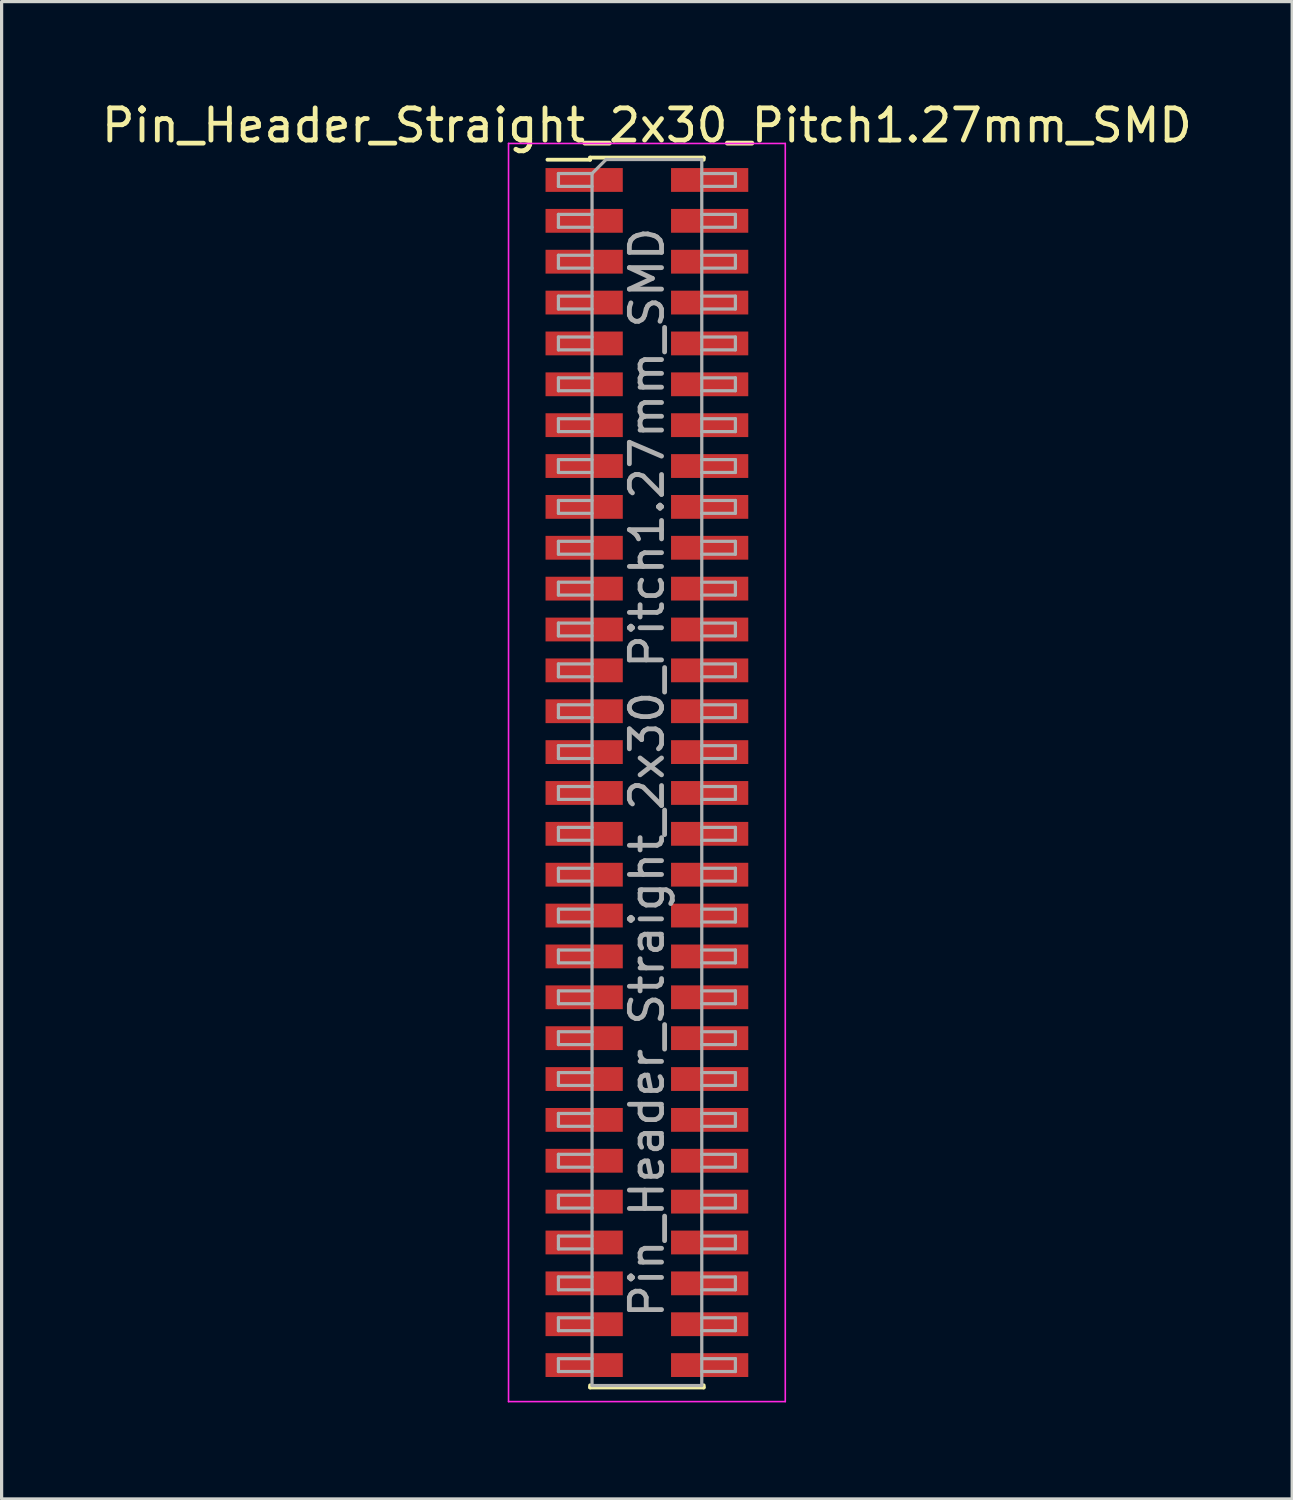
<source format=kicad_pcb>
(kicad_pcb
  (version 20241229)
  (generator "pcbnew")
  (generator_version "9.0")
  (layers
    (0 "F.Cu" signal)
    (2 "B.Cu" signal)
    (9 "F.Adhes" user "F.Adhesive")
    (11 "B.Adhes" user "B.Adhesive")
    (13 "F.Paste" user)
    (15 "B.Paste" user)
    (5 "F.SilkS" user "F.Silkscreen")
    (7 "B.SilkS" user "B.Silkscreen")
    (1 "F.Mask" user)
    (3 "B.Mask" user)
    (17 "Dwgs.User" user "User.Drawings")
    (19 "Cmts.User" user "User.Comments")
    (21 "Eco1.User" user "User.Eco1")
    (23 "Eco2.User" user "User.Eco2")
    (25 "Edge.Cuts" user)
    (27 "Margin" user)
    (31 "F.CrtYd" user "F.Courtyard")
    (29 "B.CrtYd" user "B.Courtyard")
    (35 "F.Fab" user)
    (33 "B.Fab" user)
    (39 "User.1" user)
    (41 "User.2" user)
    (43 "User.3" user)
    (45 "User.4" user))
  (footprint "Pin_Header_Straight_2x30_Pitch1.27mm_SMD"
    (layer "F.Cu")
    (at 17.054 20.958)
    (property "Reference" "Pin_Header_Straight_2x30_Pitch1.27mm_SMD" (at 0 -20.11 0) (layer "F.SilkS") (effects (font (size 1 1) (thickness 0.15))))
    (attr smd)
    (fp_line (start -3.09 -19.045) (end -1.765 -19.045) (stroke (width 0.12) (type solid)) (layer "F.SilkS"))
    (fp_line (start -1.765 -19.11) (end -1.765 -19.045) (stroke (width 0.12) (type solid)) (layer "F.SilkS"))
    (fp_line (start -1.765 -19.11) (end 1.765 -19.11) (stroke (width 0.12) (type solid)) (layer "F.SilkS"))
    (fp_line (start -1.765 19.045) (end -1.765 19.11) (stroke (width 0.12) (type solid)) (layer "F.SilkS"))
    (fp_line (start -1.765 19.11) (end 1.765 19.11) (stroke (width 0.12) (type solid)) (layer "F.SilkS"))
    (fp_line (start 1.765 -19.11) (end 1.765 -19.045) (stroke (width 0.12) (type solid)) (layer "F.SilkS"))
    (fp_line (start 1.765 19.045) (end 1.765 19.11) (stroke (width 0.12) (type solid)) (layer "F.SilkS"))
    (fp_line (start -4.3 -19.55) (end -4.3 19.55) (stroke (width 0.05) (type solid)) (layer "F.CrtYd"))
    (fp_line (start -4.3 19.55) (end 4.3 19.55) (stroke (width 0.05) (type solid)) (layer "F.CrtYd"))
    (fp_line (start 4.3 -19.55) (end -4.3 -19.55) (stroke (width 0.05) (type solid)) (layer "F.CrtYd"))
    (fp_line (start 4.3 19.55) (end 4.3 -19.55) (stroke (width 0.05) (type solid)) (layer "F.CrtYd"))
    (fp_line (start -2.75 -18.615) (end -2.75 -18.215) (stroke (width 0.1) (type solid)) (layer "F.Fab"))
    (fp_line (start -2.75 -18.215) (end -1.705 -18.215) (stroke (width 0.1) (type solid)) (layer "F.Fab"))
    (fp_line (start -2.75 -17.345) (end -2.75 -16.945) (stroke (width 0.1) (type solid)) (layer "F.Fab"))
    (fp_line (start -2.75 -16.945) (end -1.705 -16.945) (stroke (width 0.1) (type solid)) (layer "F.Fab"))
    (fp_line (start -2.75 -16.075) (end -2.75 -15.675) (stroke (width 0.1) (type solid)) (layer "F.Fab"))
    (fp_line (start -2.75 -15.675) (end -1.705 -15.675) (stroke (width 0.1) (type solid)) (layer "F.Fab"))
    (fp_line (start -2.75 -14.805) (end -2.75 -14.405) (stroke (width 0.1) (type solid)) (layer "F.Fab"))
    (fp_line (start -2.75 -14.405) (end -1.705 -14.405) (stroke (width 0.1) (type solid)) (layer "F.Fab"))
    (fp_line (start -2.75 -13.535) (end -2.75 -13.135) (stroke (width 0.1) (type solid)) (layer "F.Fab"))
    (fp_line (start -2.75 -13.135) (end -1.705 -13.135) (stroke (width 0.1) (type solid)) (layer "F.Fab"))
    (fp_line (start -2.75 -12.265) (end -2.75 -11.865) (stroke (width 0.1) (type solid)) (layer "F.Fab"))
    (fp_line (start -2.75 -11.865) (end -1.705 -11.865) (stroke (width 0.1) (type solid)) (layer "F.Fab"))
    (fp_line (start -2.75 -10.995) (end -2.75 -10.595) (stroke (width 0.1) (type solid)) (layer "F.Fab"))
    (fp_line (start -2.75 -10.595) (end -1.705 -10.595) (stroke (width 0.1) (type solid)) (layer "F.Fab"))
    (fp_line (start -2.75 -9.725) (end -2.75 -9.325) (stroke (width 0.1) (type solid)) (layer "F.Fab"))
    (fp_line (start -2.75 -9.325) (end -1.705 -9.325) (stroke (width 0.1) (type solid)) (layer "F.Fab"))
    (fp_line (start -2.75 -8.455) (end -2.75 -8.055) (stroke (width 0.1) (type solid)) (layer "F.Fab"))
    (fp_line (start -2.75 -8.055) (end -1.705 -8.055) (stroke (width 0.1) (type solid)) (layer "F.Fab"))
    (fp_line (start -2.75 -7.185) (end -2.75 -6.785) (stroke (width 0.1) (type solid)) (layer "F.Fab"))
    (fp_line (start -2.75 -6.785) (end -1.705 -6.785) (stroke (width 0.1) (type solid)) (layer "F.Fab"))
    (fp_line (start -2.75 -5.915) (end -2.75 -5.515) (stroke (width 0.1) (type solid)) (layer "F.Fab"))
    (fp_line (start -2.75 -5.515) (end -1.705 -5.515) (stroke (width 0.1) (type solid)) (layer "F.Fab"))
    (fp_line (start -2.75 -4.645) (end -2.75 -4.245) (stroke (width 0.1) (type solid)) (layer "F.Fab"))
    (fp_line (start -2.75 -4.245) (end -1.705 -4.245) (stroke (width 0.1) (type solid)) (layer "F.Fab"))
    (fp_line (start -2.75 -3.375) (end -2.75 -2.975) (stroke (width 0.1) (type solid)) (layer "F.Fab"))
    (fp_line (start -2.75 -2.975) (end -1.705 -2.975) (stroke (width 0.1) (type solid)) (layer "F.Fab"))
    (fp_line (start -2.75 -2.105) (end -2.75 -1.705) (stroke (width 0.1) (type solid)) (layer "F.Fab"))
    (fp_line (start -2.75 -1.705) (end -1.705 -1.705) (stroke (width 0.1) (type solid)) (layer "F.Fab"))
    (fp_line (start -2.75 -0.835) (end -2.75 -0.435) (stroke (width 0.1) (type solid)) (layer "F.Fab"))
    (fp_line (start -2.75 -0.435) (end -1.705 -0.435) (stroke (width 0.1) (type solid)) (layer "F.Fab"))
    (fp_line (start -2.75 0.435) (end -2.75 0.835) (stroke (width 0.1) (type solid)) (layer "F.Fab"))
    (fp_line (start -2.75 0.835) (end -1.705 0.835) (stroke (width 0.1) (type solid)) (layer "F.Fab"))
    (fp_line (start -2.75 1.705) (end -2.75 2.105) (stroke (width 0.1) (type solid)) (layer "F.Fab"))
    (fp_line (start -2.75 2.105) (end -1.705 2.105) (stroke (width 0.1) (type solid)) (layer "F.Fab"))
    (fp_line (start -2.75 2.975) (end -2.75 3.375) (stroke (width 0.1) (type solid)) (layer "F.Fab"))
    (fp_line (start -2.75 3.375) (end -1.705 3.375) (stroke (width 0.1) (type solid)) (layer "F.Fab"))
    (fp_line (start -2.75 4.245) (end -2.75 4.645) (stroke (width 0.1) (type solid)) (layer "F.Fab"))
    (fp_line (start -2.75 4.645) (end -1.705 4.645) (stroke (width 0.1) (type solid)) (layer "F.Fab"))
    (fp_line (start -2.75 5.515) (end -2.75 5.915) (stroke (width 0.1) (type solid)) (layer "F.Fab"))
    (fp_line (start -2.75 5.915) (end -1.705 5.915) (stroke (width 0.1) (type solid)) (layer "F.Fab"))
    (fp_line (start -2.75 6.785) (end -2.75 7.185) (stroke (width 0.1) (type solid)) (layer "F.Fab"))
    (fp_line (start -2.75 7.185) (end -1.705 7.185) (stroke (width 0.1) (type solid)) (layer "F.Fab"))
    (fp_line (start -2.75 8.055) (end -2.75 8.455) (stroke (width 0.1) (type solid)) (layer "F.Fab"))
    (fp_line (start -2.75 8.455) (end -1.705 8.455) (stroke (width 0.1) (type solid)) (layer "F.Fab"))
    (fp_line (start -2.75 9.325) (end -2.75 9.725) (stroke (width 0.1) (type solid)) (layer "F.Fab"))
    (fp_line (start -2.75 9.725) (end -1.705 9.725) (stroke (width 0.1) (type solid)) (layer "F.Fab"))
    (fp_line (start -2.75 10.595) (end -2.75 10.995) (stroke (width 0.1) (type solid)) (layer "F.Fab"))
    (fp_line (start -2.75 10.995) (end -1.705 10.995) (stroke (width 0.1) (type solid)) (layer "F.Fab"))
    (fp_line (start -2.75 11.865) (end -2.75 12.265) (stroke (width 0.1) (type solid)) (layer "F.Fab"))
    (fp_line (start -2.75 12.265) (end -1.705 12.265) (stroke (width 0.1) (type solid)) (layer "F.Fab"))
    (fp_line (start -2.75 13.135) (end -2.75 13.535) (stroke (width 0.1) (type solid)) (layer "F.Fab"))
    (fp_line (start -2.75 13.535) (end -1.705 13.535) (stroke (width 0.1) (type solid)) (layer "F.Fab"))
    (fp_line (start -2.75 14.405) (end -2.75 14.805) (stroke (width 0.1) (type solid)) (layer "F.Fab"))
    (fp_line (start -2.75 14.805) (end -1.705 14.805) (stroke (width 0.1) (type solid)) (layer "F.Fab"))
    (fp_line (start -2.75 15.675) (end -2.75 16.075) (stroke (width 0.1) (type solid)) (layer "F.Fab"))
    (fp_line (start -2.75 16.075) (end -1.705 16.075) (stroke (width 0.1) (type solid)) (layer "F.Fab"))
    (fp_line (start -2.75 16.945) (end -2.75 17.345) (stroke (width 0.1) (type solid)) (layer "F.Fab"))
    (fp_line (start -2.75 17.345) (end -1.705 17.345) (stroke (width 0.1) (type solid)) (layer "F.Fab"))
    (fp_line (start -2.75 18.215) (end -2.75 18.615) (stroke (width 0.1) (type solid)) (layer "F.Fab"))
    (fp_line (start -2.75 18.615) (end -1.705 18.615) (stroke (width 0.1) (type solid)) (layer "F.Fab"))
    (fp_line (start -1.705 -18.615) (end -2.75 -18.615) (stroke (width 0.1) (type solid)) (layer "F.Fab"))
    (fp_line (start -1.705 -18.615) (end -1.27 -19.05) (stroke (width 0.1) (type solid)) (layer "F.Fab"))
    (fp_line (start -1.705 -17.345) (end -2.75 -17.345) (stroke (width 0.1) (type solid)) (layer "F.Fab"))
    (fp_line (start -1.705 -16.075) (end -2.75 -16.075) (stroke (width 0.1) (type solid)) (layer "F.Fab"))
    (fp_line (start -1.705 -14.805) (end -2.75 -14.805) (stroke (width 0.1) (type solid)) (layer "F.Fab"))
    (fp_line (start -1.705 -13.535) (end -2.75 -13.535) (stroke (width 0.1) (type solid)) (layer "F.Fab"))
    (fp_line (start -1.705 -12.265) (end -2.75 -12.265) (stroke (width 0.1) (type solid)) (layer "F.Fab"))
    (fp_line (start -1.705 -10.995) (end -2.75 -10.995) (stroke (width 0.1) (type solid)) (layer "F.Fab"))
    (fp_line (start -1.705 -9.725) (end -2.75 -9.725) (stroke (width 0.1) (type solid)) (layer "F.Fab"))
    (fp_line (start -1.705 -8.455) (end -2.75 -8.455) (stroke (width 0.1) (type solid)) (layer "F.Fab"))
    (fp_line (start -1.705 -7.185) (end -2.75 -7.185) (stroke (width 0.1) (type solid)) (layer "F.Fab"))
    (fp_line (start -1.705 -5.915) (end -2.75 -5.915) (stroke (width 0.1) (type solid)) (layer "F.Fab"))
    (fp_line (start -1.705 -4.645) (end -2.75 -4.645) (stroke (width 0.1) (type solid)) (layer "F.Fab"))
    (fp_line (start -1.705 -3.375) (end -2.75 -3.375) (stroke (width 0.1) (type solid)) (layer "F.Fab"))
    (fp_line (start -1.705 -2.105) (end -2.75 -2.105) (stroke (width 0.1) (type solid)) (layer "F.Fab"))
    (fp_line (start -1.705 -0.835) (end -2.75 -0.835) (stroke (width 0.1) (type solid)) (layer "F.Fab"))
    (fp_line (start -1.705 0.435) (end -2.75 0.435) (stroke (width 0.1) (type solid)) (layer "F.Fab"))
    (fp_line (start -1.705 1.705) (end -2.75 1.705) (stroke (width 0.1) (type solid)) (layer "F.Fab"))
    (fp_line (start -1.705 2.975) (end -2.75 2.975) (stroke (width 0.1) (type solid)) (layer "F.Fab"))
    (fp_line (start -1.705 4.245) (end -2.75 4.245) (stroke (width 0.1) (type solid)) (layer "F.Fab"))
    (fp_line (start -1.705 5.515) (end -2.75 5.515) (stroke (width 0.1) (type solid)) (layer "F.Fab"))
    (fp_line (start -1.705 6.785) (end -2.75 6.785) (stroke (width 0.1) (type solid)) (layer "F.Fab"))
    (fp_line (start -1.705 8.055) (end -2.75 8.055) (stroke (width 0.1) (type solid)) (layer "F.Fab"))
    (fp_line (start -1.705 9.325) (end -2.75 9.325) (stroke (width 0.1) (type solid)) (layer "F.Fab"))
    (fp_line (start -1.705 10.595) (end -2.75 10.595) (stroke (width 0.1) (type solid)) (layer "F.Fab"))
    (fp_line (start -1.705 11.865) (end -2.75 11.865) (stroke (width 0.1) (type solid)) (layer "F.Fab"))
    (fp_line (start -1.705 13.135) (end -2.75 13.135) (stroke (width 0.1) (type solid)) (layer "F.Fab"))
    (fp_line (start -1.705 14.405) (end -2.75 14.405) (stroke (width 0.1) (type solid)) (layer "F.Fab"))
    (fp_line (start -1.705 15.675) (end -2.75 15.675) (stroke (width 0.1) (type solid)) (layer "F.Fab"))
    (fp_line (start -1.705 16.945) (end -2.75 16.945) (stroke (width 0.1) (type solid)) (layer "F.Fab"))
    (fp_line (start -1.705 18.215) (end -2.75 18.215) (stroke (width 0.1) (type solid)) (layer "F.Fab"))
    (fp_line (start -1.705 19.05) (end -1.705 -18.615) (stroke (width 0.1) (type solid)) (layer "F.Fab"))
    (fp_line (start -1.27 -19.05) (end 1.705 -19.05) (stroke (width 0.1) (type solid)) (layer "F.Fab"))
    (fp_line (start 1.705 -19.05) (end 1.705 19.05) (stroke (width 0.1) (type solid)) (layer "F.Fab"))
    (fp_line (start 1.705 -18.615) (end 2.75 -18.615) (stroke (width 0.1) (type solid)) (layer "F.Fab"))
    (fp_line (start 1.705 -17.345) (end 2.75 -17.345) (stroke (width 0.1) (type solid)) (layer "F.Fab"))
    (fp_line (start 1.705 -16.075) (end 2.75 -16.075) (stroke (width 0.1) (type solid)) (layer "F.Fab"))
    (fp_line (start 1.705 -14.805) (end 2.75 -14.805) (stroke (width 0.1) (type solid)) (layer "F.Fab"))
    (fp_line (start 1.705 -13.535) (end 2.75 -13.535) (stroke (width 0.1) (type solid)) (layer "F.Fab"))
    (fp_line (start 1.705 -12.265) (end 2.75 -12.265) (stroke (width 0.1) (type solid)) (layer "F.Fab"))
    (fp_line (start 1.705 -10.995) (end 2.75 -10.995) (stroke (width 0.1) (type solid)) (layer "F.Fab"))
    (fp_line (start 1.705 -9.725) (end 2.75 -9.725) (stroke (width 0.1) (type solid)) (layer "F.Fab"))
    (fp_line (start 1.705 -8.455) (end 2.75 -8.455) (stroke (width 0.1) (type solid)) (layer "F.Fab"))
    (fp_line (start 1.705 -7.185) (end 2.75 -7.185) (stroke (width 0.1) (type solid)) (layer "F.Fab"))
    (fp_line (start 1.705 -5.915) (end 2.75 -5.915) (stroke (width 0.1) (type solid)) (layer "F.Fab"))
    (fp_line (start 1.705 -4.645) (end 2.75 -4.645) (stroke (width 0.1) (type solid)) (layer "F.Fab"))
    (fp_line (start 1.705 -3.375) (end 2.75 -3.375) (stroke (width 0.1) (type solid)) (layer "F.Fab"))
    (fp_line (start 1.705 -2.105) (end 2.75 -2.105) (stroke (width 0.1) (type solid)) (layer "F.Fab"))
    (fp_line (start 1.705 -0.835) (end 2.75 -0.835) (stroke (width 0.1) (type solid)) (layer "F.Fab"))
    (fp_line (start 1.705 0.435) (end 2.75 0.435) (stroke (width 0.1) (type solid)) (layer "F.Fab"))
    (fp_line (start 1.705 1.705) (end 2.75 1.705) (stroke (width 0.1) (type solid)) (layer "F.Fab"))
    (fp_line (start 1.705 2.975) (end 2.75 2.975) (stroke (width 0.1) (type solid)) (layer "F.Fab"))
    (fp_line (start 1.705 4.245) (end 2.75 4.245) (stroke (width 0.1) (type solid)) (layer "F.Fab"))
    (fp_line (start 1.705 5.515) (end 2.75 5.515) (stroke (width 0.1) (type solid)) (layer "F.Fab"))
    (fp_line (start 1.705 6.785) (end 2.75 6.785) (stroke (width 0.1) (type solid)) (layer "F.Fab"))
    (fp_line (start 1.705 8.055) (end 2.75 8.055) (stroke (width 0.1) (type solid)) (layer "F.Fab"))
    (fp_line (start 1.705 9.325) (end 2.75 9.325) (stroke (width 0.1) (type solid)) (layer "F.Fab"))
    (fp_line (start 1.705 10.595) (end 2.75 10.595) (stroke (width 0.1) (type solid)) (layer "F.Fab"))
    (fp_line (start 1.705 11.865) (end 2.75 11.865) (stroke (width 0.1) (type solid)) (layer "F.Fab"))
    (fp_line (start 1.705 13.135) (end 2.75 13.135) (stroke (width 0.1) (type solid)) (layer "F.Fab"))
    (fp_line (start 1.705 14.405) (end 2.75 14.405) (stroke (width 0.1) (type solid)) (layer "F.Fab"))
    (fp_line (start 1.705 15.675) (end 2.75 15.675) (stroke (width 0.1) (type solid)) (layer "F.Fab"))
    (fp_line (start 1.705 16.945) (end 2.75 16.945) (stroke (width 0.1) (type solid)) (layer "F.Fab"))
    (fp_line (start 1.705 18.215) (end 2.75 18.215) (stroke (width 0.1) (type solid)) (layer "F.Fab"))
    (fp_line (start 1.705 19.05) (end -1.705 19.05) (stroke (width 0.1) (type solid)) (layer "F.Fab"))
    (fp_line (start 2.75 -18.615) (end 2.75 -18.215) (stroke (width 0.1) (type solid)) (layer "F.Fab"))
    (fp_line (start 2.75 -18.215) (end 1.705 -18.215) (stroke (width 0.1) (type solid)) (layer "F.Fab"))
    (fp_line (start 2.75 -17.345) (end 2.75 -16.945) (stroke (width 0.1) (type solid)) (layer "F.Fab"))
    (fp_line (start 2.75 -16.945) (end 1.705 -16.945) (stroke (width 0.1) (type solid)) (layer "F.Fab"))
    (fp_line (start 2.75 -16.075) (end 2.75 -15.675) (stroke (width 0.1) (type solid)) (layer "F.Fab"))
    (fp_line (start 2.75 -15.675) (end 1.705 -15.675) (stroke (width 0.1) (type solid)) (layer "F.Fab"))
    (fp_line (start 2.75 -14.805) (end 2.75 -14.405) (stroke (width 0.1) (type solid)) (layer "F.Fab"))
    (fp_line (start 2.75 -14.405) (end 1.705 -14.405) (stroke (width 0.1) (type solid)) (layer "F.Fab"))
    (fp_line (start 2.75 -13.535) (end 2.75 -13.135) (stroke (width 0.1) (type solid)) (layer "F.Fab"))
    (fp_line (start 2.75 -13.135) (end 1.705 -13.135) (stroke (width 0.1) (type solid)) (layer "F.Fab"))
    (fp_line (start 2.75 -12.265) (end 2.75 -11.865) (stroke (width 0.1) (type solid)) (layer "F.Fab"))
    (fp_line (start 2.75 -11.865) (end 1.705 -11.865) (stroke (width 0.1) (type solid)) (layer "F.Fab"))
    (fp_line (start 2.75 -10.995) (end 2.75 -10.595) (stroke (width 0.1) (type solid)) (layer "F.Fab"))
    (fp_line (start 2.75 -10.595) (end 1.705 -10.595) (stroke (width 0.1) (type solid)) (layer "F.Fab"))
    (fp_line (start 2.75 -9.725) (end 2.75 -9.325) (stroke (width 0.1) (type solid)) (layer "F.Fab"))
    (fp_line (start 2.75 -9.325) (end 1.705 -9.325) (stroke (width 0.1) (type solid)) (layer "F.Fab"))
    (fp_line (start 2.75 -8.455) (end 2.75 -8.055) (stroke (width 0.1) (type solid)) (layer "F.Fab"))
    (fp_line (start 2.75 -8.055) (end 1.705 -8.055) (stroke (width 0.1) (type solid)) (layer "F.Fab"))
    (fp_line (start 2.75 -7.185) (end 2.75 -6.785) (stroke (width 0.1) (type solid)) (layer "F.Fab"))
    (fp_line (start 2.75 -6.785) (end 1.705 -6.785) (stroke (width 0.1) (type solid)) (layer "F.Fab"))
    (fp_line (start 2.75 -5.915) (end 2.75 -5.515) (stroke (width 0.1) (type solid)) (layer "F.Fab"))
    (fp_line (start 2.75 -5.515) (end 1.705 -5.515) (stroke (width 0.1) (type solid)) (layer "F.Fab"))
    (fp_line (start 2.75 -4.645) (end 2.75 -4.245) (stroke (width 0.1) (type solid)) (layer "F.Fab"))
    (fp_line (start 2.75 -4.245) (end 1.705 -4.245) (stroke (width 0.1) (type solid)) (layer "F.Fab"))
    (fp_line (start 2.75 -3.375) (end 2.75 -2.975) (stroke (width 0.1) (type solid)) (layer "F.Fab"))
    (fp_line (start 2.75 -2.975) (end 1.705 -2.975) (stroke (width 0.1) (type solid)) (layer "F.Fab"))
    (fp_line (start 2.75 -2.105) (end 2.75 -1.705) (stroke (width 0.1) (type solid)) (layer "F.Fab"))
    (fp_line (start 2.75 -1.705) (end 1.705 -1.705) (stroke (width 0.1) (type solid)) (layer "F.Fab"))
    (fp_line (start 2.75 -0.835) (end 2.75 -0.435) (stroke (width 0.1) (type solid)) (layer "F.Fab"))
    (fp_line (start 2.75 -0.435) (end 1.705 -0.435) (stroke (width 0.1) (type solid)) (layer "F.Fab"))
    (fp_line (start 2.75 0.435) (end 2.75 0.835) (stroke (width 0.1) (type solid)) (layer "F.Fab"))
    (fp_line (start 2.75 0.835) (end 1.705 0.835) (stroke (width 0.1) (type solid)) (layer "F.Fab"))
    (fp_line (start 2.75 1.705) (end 2.75 2.105) (stroke (width 0.1) (type solid)) (layer "F.Fab"))
    (fp_line (start 2.75 2.105) (end 1.705 2.105) (stroke (width 0.1) (type solid)) (layer "F.Fab"))
    (fp_line (start 2.75 2.975) (end 2.75 3.375) (stroke (width 0.1) (type solid)) (layer "F.Fab"))
    (fp_line (start 2.75 3.375) (end 1.705 3.375) (stroke (width 0.1) (type solid)) (layer "F.Fab"))
    (fp_line (start 2.75 4.245) (end 2.75 4.645) (stroke (width 0.1) (type solid)) (layer "F.Fab"))
    (fp_line (start 2.75 4.645) (end 1.705 4.645) (stroke (width 0.1) (type solid)) (layer "F.Fab"))
    (fp_line (start 2.75 5.515) (end 2.75 5.915) (stroke (width 0.1) (type solid)) (layer "F.Fab"))
    (fp_line (start 2.75 5.915) (end 1.705 5.915) (stroke (width 0.1) (type solid)) (layer "F.Fab"))
    (fp_line (start 2.75 6.785) (end 2.75 7.185) (stroke (width 0.1) (type solid)) (layer "F.Fab"))
    (fp_line (start 2.75 7.185) (end 1.705 7.185) (stroke (width 0.1) (type solid)) (layer "F.Fab"))
    (fp_line (start 2.75 8.055) (end 2.75 8.455) (stroke (width 0.1) (type solid)) (layer "F.Fab"))
    (fp_line (start 2.75 8.455) (end 1.705 8.455) (stroke (width 0.1) (type solid)) (layer "F.Fab"))
    (fp_line (start 2.75 9.325) (end 2.75 9.725) (stroke (width 0.1) (type solid)) (layer "F.Fab"))
    (fp_line (start 2.75 9.725) (end 1.705 9.725) (stroke (width 0.1) (type solid)) (layer "F.Fab"))
    (fp_line (start 2.75 10.595) (end 2.75 10.995) (stroke (width 0.1) (type solid)) (layer "F.Fab"))
    (fp_line (start 2.75 10.995) (end 1.705 10.995) (stroke (width 0.1) (type solid)) (layer "F.Fab"))
    (fp_line (start 2.75 11.865) (end 2.75 12.265) (stroke (width 0.1) (type solid)) (layer "F.Fab"))
    (fp_line (start 2.75 12.265) (end 1.705 12.265) (stroke (width 0.1) (type solid)) (layer "F.Fab"))
    (fp_line (start 2.75 13.135) (end 2.75 13.535) (stroke (width 0.1) (type solid)) (layer "F.Fab"))
    (fp_line (start 2.75 13.535) (end 1.705 13.535) (stroke (width 0.1) (type solid)) (layer "F.Fab"))
    (fp_line (start 2.75 14.405) (end 2.75 14.805) (stroke (width 0.1) (type solid)) (layer "F.Fab"))
    (fp_line (start 2.75 14.805) (end 1.705 14.805) (stroke (width 0.1) (type solid)) (layer "F.Fab"))
    (fp_line (start 2.75 15.675) (end 2.75 16.075) (stroke (width 0.1) (type solid)) (layer "F.Fab"))
    (fp_line (start 2.75 16.075) (end 1.705 16.075) (stroke (width 0.1) (type solid)) (layer "F.Fab"))
    (fp_line (start 2.75 16.945) (end 2.75 17.345) (stroke (width 0.1) (type solid)) (layer "F.Fab"))
    (fp_line (start 2.75 17.345) (end 1.705 17.345) (stroke (width 0.1) (type solid)) (layer "F.Fab"))
    (fp_line (start 2.75 18.215) (end 2.75 18.615) (stroke (width 0.1) (type solid)) (layer "F.Fab"))
    (fp_line (start 2.75 18.615) (end 1.705 18.615) (stroke (width 0.1) (type solid)) (layer "F.Fab"))
    (fp_text user "${REFERENCE}" (at 0 0 90) (layer "F.Fab") (effects (font (size 1 1) (thickness 0.15))))
    (pad "1" smd rect (at -1.95 -18.415) (size 2.4 0.74) (layers "F.Cu" "F.Mask" "F.Paste"))
    (pad "2" smd rect (at 1.95 -18.415) (size 2.4 0.74) (layers "F.Cu" "F.Mask" "F.Paste"))
    (pad "3" smd rect (at -1.95 -17.145) (size 2.4 0.74) (layers "F.Cu" "F.Mask" "F.Paste"))
    (pad "4" smd rect (at 1.95 -17.145) (size 2.4 0.74) (layers "F.Cu" "F.Mask" "F.Paste"))
    (pad "5" smd rect (at -1.95 -15.875) (size 2.4 0.74) (layers "F.Cu" "F.Mask" "F.Paste"))
    (pad "6" smd rect (at 1.95 -15.875) (size 2.4 0.74) (layers "F.Cu" "F.Mask" "F.Paste"))
    (pad "7" smd rect (at -1.95 -14.605) (size 2.4 0.74) (layers "F.Cu" "F.Mask" "F.Paste"))
    (pad "8" smd rect (at 1.95 -14.605) (size 2.4 0.74) (layers "F.Cu" "F.Mask" "F.Paste"))
    (pad "9" smd rect (at -1.95 -13.335) (size 2.4 0.74) (layers "F.Cu" "F.Mask" "F.Paste"))
    (pad "10" smd rect (at 1.95 -13.335) (size 2.4 0.74) (layers "F.Cu" "F.Mask" "F.Paste"))
    (pad "11" smd rect (at -1.95 -12.065) (size 2.4 0.74) (layers "F.Cu" "F.Mask" "F.Paste"))
    (pad "12" smd rect (at 1.95 -12.065) (size 2.4 0.74) (layers "F.Cu" "F.Mask" "F.Paste"))
    (pad "13" smd rect (at -1.95 -10.795) (size 2.4 0.74) (layers "F.Cu" "F.Mask" "F.Paste"))
    (pad "14" smd rect (at 1.95 -10.795) (size 2.4 0.74) (layers "F.Cu" "F.Mask" "F.Paste"))
    (pad "15" smd rect (at -1.95 -9.525) (size 2.4 0.74) (layers "F.Cu" "F.Mask" "F.Paste"))
    (pad "16" smd rect (at 1.95 -9.525) (size 2.4 0.74) (layers "F.Cu" "F.Mask" "F.Paste"))
    (pad "17" smd rect (at -1.95 -8.255) (size 2.4 0.74) (layers "F.Cu" "F.Mask" "F.Paste"))
    (pad "18" smd rect (at 1.95 -8.255) (size 2.4 0.74) (layers "F.Cu" "F.Mask" "F.Paste"))
    (pad "19" smd rect (at -1.95 -6.985) (size 2.4 0.74) (layers "F.Cu" "F.Mask" "F.Paste"))
    (pad "20" smd rect (at 1.95 -6.985) (size 2.4 0.74) (layers "F.Cu" "F.Mask" "F.Paste"))
    (pad "21" smd rect (at -1.95 -5.715) (size 2.4 0.74) (layers "F.Cu" "F.Mask" "F.Paste"))
    (pad "22" smd rect (at 1.95 -5.715) (size 2.4 0.74) (layers "F.Cu" "F.Mask" "F.Paste"))
    (pad "23" smd rect (at -1.95 -4.445) (size 2.4 0.74) (layers "F.Cu" "F.Mask" "F.Paste"))
    (pad "24" smd rect (at 1.95 -4.445) (size 2.4 0.74) (layers "F.Cu" "F.Mask" "F.Paste"))
    (pad "25" smd rect (at -1.95 -3.175) (size 2.4 0.74) (layers "F.Cu" "F.Mask" "F.Paste"))
    (pad "26" smd rect (at 1.95 -3.175) (size 2.4 0.74) (layers "F.Cu" "F.Mask" "F.Paste"))
    (pad "27" smd rect (at -1.95 -1.905) (size 2.4 0.74) (layers "F.Cu" "F.Mask" "F.Paste"))
    (pad "28" smd rect (at 1.95 -1.905) (size 2.4 0.74) (layers "F.Cu" "F.Mask" "F.Paste"))
    (pad "29" smd rect (at -1.95 -0.635) (size 2.4 0.74) (layers "F.Cu" "F.Mask" "F.Paste"))
    (pad "30" smd rect (at 1.95 -0.635) (size 2.4 0.74) (layers "F.Cu" "F.Mask" "F.Paste"))
    (pad "31" smd rect (at -1.95 0.635) (size 2.4 0.74) (layers "F.Cu" "F.Mask" "F.Paste"))
    (pad "32" smd rect (at 1.95 0.635) (size 2.4 0.74) (layers "F.Cu" "F.Mask" "F.Paste"))
    (pad "33" smd rect (at -1.95 1.905) (size 2.4 0.74) (layers "F.Cu" "F.Mask" "F.Paste"))
    (pad "34" smd rect (at 1.95 1.905) (size 2.4 0.74) (layers "F.Cu" "F.Mask" "F.Paste"))
    (pad "35" smd rect (at -1.95 3.175) (size 2.4 0.74) (layers "F.Cu" "F.Mask" "F.Paste"))
    (pad "36" smd rect (at 1.95 3.175) (size 2.4 0.74) (layers "F.Cu" "F.Mask" "F.Paste"))
    (pad "37" smd rect (at -1.95 4.445) (size 2.4 0.74) (layers "F.Cu" "F.Mask" "F.Paste"))
    (pad "38" smd rect (at 1.95 4.445) (size 2.4 0.74) (layers "F.Cu" "F.Mask" "F.Paste"))
    (pad "39" smd rect (at -1.95 5.715) (size 2.4 0.74) (layers "F.Cu" "F.Mask" "F.Paste"))
    (pad "40" smd rect (at 1.95 5.715) (size 2.4 0.74) (layers "F.Cu" "F.Mask" "F.Paste"))
    (pad "41" smd rect (at -1.95 6.985) (size 2.4 0.74) (layers "F.Cu" "F.Mask" "F.Paste"))
    (pad "42" smd rect (at 1.95 6.985) (size 2.4 0.74) (layers "F.Cu" "F.Mask" "F.Paste"))
    (pad "43" smd rect (at -1.95 8.255) (size 2.4 0.74) (layers "F.Cu" "F.Mask" "F.Paste"))
    (pad "44" smd rect (at 1.95 8.255) (size 2.4 0.74) (layers "F.Cu" "F.Mask" "F.Paste"))
    (pad "45" smd rect (at -1.95 9.525) (size 2.4 0.74) (layers "F.Cu" "F.Mask" "F.Paste"))
    (pad "46" smd rect (at 1.95 9.525) (size 2.4 0.74) (layers "F.Cu" "F.Mask" "F.Paste"))
    (pad "47" smd rect (at -1.95 10.795) (size 2.4 0.74) (layers "F.Cu" "F.Mask" "F.Paste"))
    (pad "48" smd rect (at 1.95 10.795) (size 2.4 0.74) (layers "F.Cu" "F.Mask" "F.Paste"))
    (pad "49" smd rect (at -1.95 12.065) (size 2.4 0.74) (layers "F.Cu" "F.Mask" "F.Paste"))
    (pad "50" smd rect (at 1.95 12.065) (size 2.4 0.74) (layers "F.Cu" "F.Mask" "F.Paste"))
    (pad "51" smd rect (at -1.95 13.335) (size 2.4 0.74) (layers "F.Cu" "F.Mask" "F.Paste"))
    (pad "52" smd rect (at 1.95 13.335) (size 2.4 0.74) (layers "F.Cu" "F.Mask" "F.Paste"))
    (pad "53" smd rect (at -1.95 14.605) (size 2.4 0.74) (layers "F.Cu" "F.Mask" "F.Paste"))
    (pad "54" smd rect (at 1.95 14.605) (size 2.4 0.74) (layers "F.Cu" "F.Mask" "F.Paste"))
    (pad "55" smd rect (at -1.95 15.875) (size 2.4 0.74) (layers "F.Cu" "F.Mask" "F.Paste"))
    (pad "56" smd rect (at 1.95 15.875) (size 2.4 0.74) (layers "F.Cu" "F.Mask" "F.Paste"))
    (pad "57" smd rect (at -1.95 17.145) (size 2.4 0.74) (layers "F.Cu" "F.Mask" "F.Paste"))
    (pad "58" smd rect (at 1.95 17.145) (size 2.4 0.74) (layers "F.Cu" "F.Mask" "F.Paste"))
    (pad "59" smd rect (at -1.95 18.415) (size 2.4 0.74) (layers "F.Cu" "F.Mask" "F.Paste"))
    (pad "60" smd rect (at 1.95 18.415) (size 2.4 0.74) (layers "F.Cu" "F.Mask" "F.Paste")))
  (gr_rect
    (start -3 -3)
    (end 37.107 43.533)
    (stroke (width 0.1) (type default))
    (fill no)
    (layer "Edge.Cuts")))
</source>
